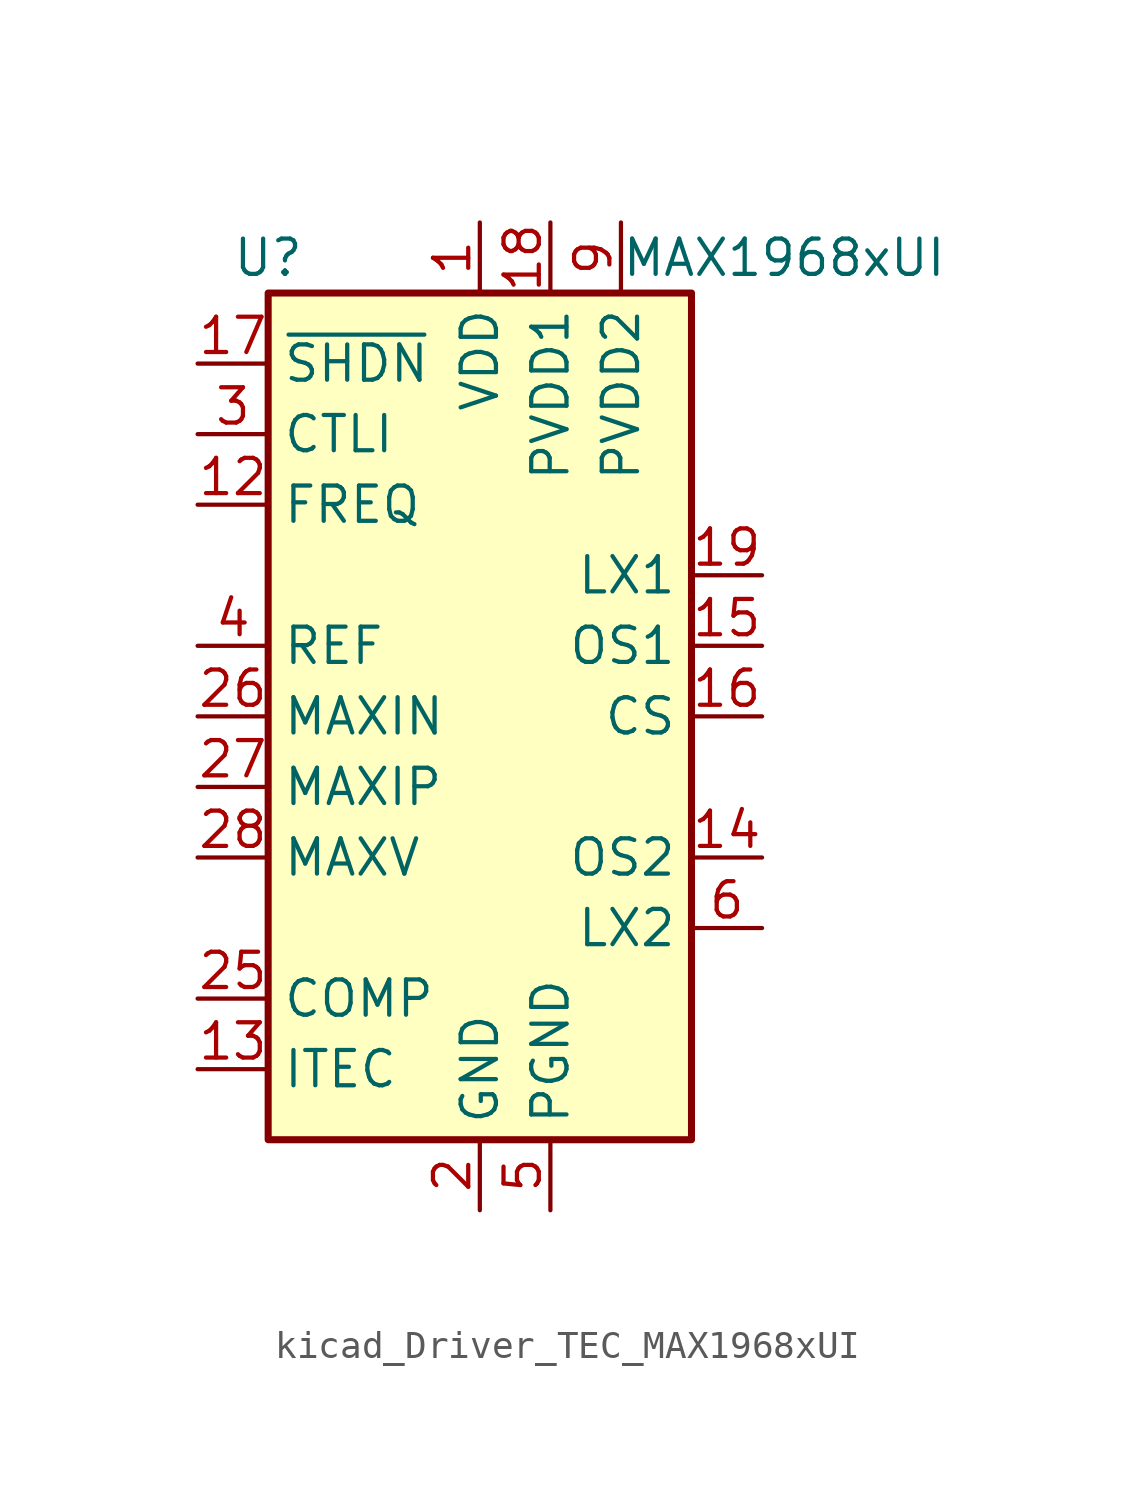
<source format=kicad_sym>
(kicad_symbol_lib
  (version 20220914)
  (generator kicad_symbol_editor)
  (symbol "kicad_Driver_TEC_MAX1968xUI"
    (property "Reference" "U"
      (at -7.62 16.51 0)
      (effects (font (size 1.27 1.27))))
    (property "Value" "MAX1968xUI"
      (at 5.08 16.51 0)
      (effects (font (size 1.27 1.27)) (justify left)))
    (symbol "kicad_Driver_TEC_MAX1968xUI_0_1"
      (rectangle (start -7.62 15.24) (end 7.62 -15.24) (stroke (width 0.254) (type default)) (fill (type background))))
    (symbol "kicad_Driver_TEC_MAX1968xUI_1_1"
      (pin power_in line (at 0 17.78 270) (length 2.54) (name "VDD" (effects (font (size 1.27 1.27)))) (number "1" (effects (font (size 1.27 1.27)))))
      (pin passive line (at 10.16 -7.62 180) (length 2.54) hide (name "LX2" (effects (font (size 1.27 1.27)))) (number "10" (effects (font (size 1.27 1.27)))))
      (pin passive line (at 5.08 17.78 270) (length 2.54) hide (name "PVDD2" (effects (font (size 1.27 1.27)))) (number "11" (effects (font (size 1.27 1.27)))))
      (pin input line (at -10.16 7.62 0) (length 2.54) (name "FREQ" (effects (font (size 1.27 1.27)))) (number "12" (effects (font (size 1.27 1.27)))))
      (pin output line (at -10.16 -12.7 0) (length 2.54) (name "ITEC" (effects (font (size 1.27 1.27)))) (number "13" (effects (font (size 1.27 1.27)))))
      (pin input line (at 10.16 -5.08 180) (length 2.54) (name "OS2" (effects (font (size 1.27 1.27)))) (number "14" (effects (font (size 1.27 1.27)))))
      (pin input line (at 10.16 2.54 180) (length 2.54) (name "OS1" (effects (font (size 1.27 1.27)))) (number "15" (effects (font (size 1.27 1.27)))))
      (pin input line (at 10.16 0 180) (length 2.54) (name "CS" (effects (font (size 1.27 1.27)))) (number "16" (effects (font (size 1.27 1.27)))))
      (pin input line (at -10.16 12.7 0) (length 2.54) (name "~{SHDN}" (effects (font (size 1.27 1.27)))) (number "17" (effects (font (size 1.27 1.27)))))
      (pin power_in line (at 2.54 17.78 270) (length 2.54) (name "PVDD1" (effects (font (size 1.27 1.27)))) (number "18" (effects (font (size 1.27 1.27)))))
      (pin power_out line (at 10.16 5.08 180) (length 2.54) (name "LX1" (effects (font (size 1.27 1.27)))) (number "19" (effects (font (size 1.27 1.27)))))
      (pin power_in line (at 0 -17.78 90) (length 2.54) (name "GND" (effects (font (size 1.27 1.27)))) (number "2" (effects (font (size 1.27 1.27)))))
      (pin passive line (at 2.54 17.78 270) (length 2.54) hide (name "PVDD1" (effects (font (size 1.27 1.27)))) (number "20" (effects (font (size 1.27 1.27)))))
      (pin passive line (at 10.16 5.08 180) (length 2.54) hide (name "LX1" (effects (font (size 1.27 1.27)))) (number "21" (effects (font (size 1.27 1.27)))))
      (pin passive line (at 2.54 -17.78 90) (length 2.54) hide (name "PGND" (effects (font (size 1.27 1.27)))) (number "22" (effects (font (size 1.27 1.27)))))
      (pin passive line (at 10.16 5.08 180) (length 2.54) hide (name "LX1" (effects (font (size 1.27 1.27)))) (number "23" (effects (font (size 1.27 1.27)))))
      (pin passive line (at 2.54 -17.78 90) (length 2.54) hide (name "PGND" (effects (font (size 1.27 1.27)))) (number "24" (effects (font (size 1.27 1.27)))))
      (pin passive line (at -10.16 -10.16 0) (length 2.54) (name "COMP" (effects (font (size 1.27 1.27)))) (number "25" (effects (font (size 1.27 1.27)))))
      (pin input line (at -10.16 0 0) (length 2.54) (name "MAXIN" (effects (font (size 1.27 1.27)))) (number "26" (effects (font (size 1.27 1.27)))))
      (pin input line (at -10.16 -2.54 0) (length 2.54) (name "MAXIP" (effects (font (size 1.27 1.27)))) (number "27" (effects (font (size 1.27 1.27)))))
      (pin input line (at -10.16 -5.08 0) (length 2.54) (name "MAXV" (effects (font (size 1.27 1.27)))) (number "28" (effects (font (size 1.27 1.27)))))
      (pin passive line (at 0 -17.78 90) (length 2.54) hide (name "GND" (effects (font (size 1.27 1.27)))) (number "29" (effects (font (size 1.27 1.27)))))
      (pin input line (at -10.16 10.16 0) (length 2.54) (name "CTLI" (effects (font (size 1.27 1.27)))) (number "3" (effects (font (size 1.27 1.27)))))
      (pin output line (at -10.16 2.54 0) (length 2.54) (name "REF" (effects (font (size 1.27 1.27)))) (number "4" (effects (font (size 1.27 1.27)))))
      (pin power_in line (at 2.54 -17.78 90) (length 2.54) (name "PGND" (effects (font (size 1.27 1.27)))) (number "5" (effects (font (size 1.27 1.27)))))
      (pin power_out line (at 10.16 -7.62 180) (length 2.54) (name "LX2" (effects (font (size 1.27 1.27)))) (number "6" (effects (font (size 1.27 1.27)))))
      (pin passive line (at 2.54 -17.78 90) (length 2.54) hide (name "PGND" (effects (font (size 1.27 1.27)))) (number "7" (effects (font (size 1.27 1.27)))))
      (pin passive line (at 10.16 -7.62 180) (length 2.54) hide (name "LX2" (effects (font (size 1.27 1.27)))) (number "8" (effects (font (size 1.27 1.27)))))
      (pin power_in line (at 5.08 17.78 270) (length 2.54) (name "PVDD2" (effects (font (size 1.27 1.27)))) (number "9" (effects (font (size 1.27 1.27))))))))
</source>
